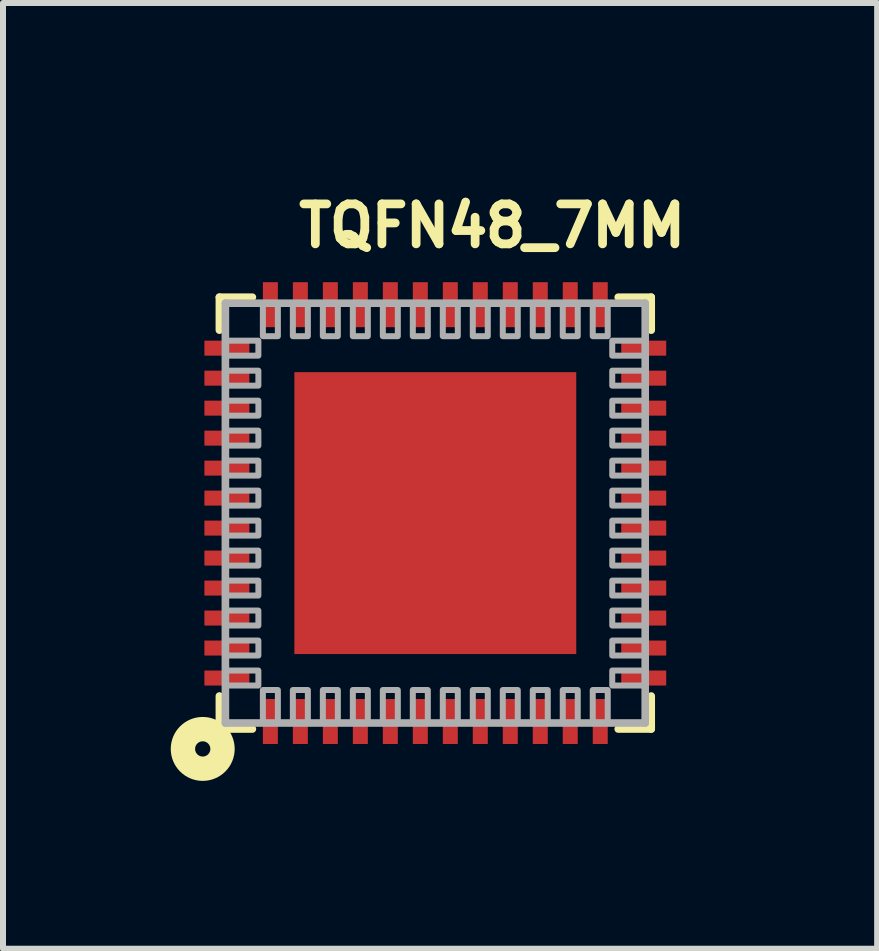
<source format=kicad_pcb>
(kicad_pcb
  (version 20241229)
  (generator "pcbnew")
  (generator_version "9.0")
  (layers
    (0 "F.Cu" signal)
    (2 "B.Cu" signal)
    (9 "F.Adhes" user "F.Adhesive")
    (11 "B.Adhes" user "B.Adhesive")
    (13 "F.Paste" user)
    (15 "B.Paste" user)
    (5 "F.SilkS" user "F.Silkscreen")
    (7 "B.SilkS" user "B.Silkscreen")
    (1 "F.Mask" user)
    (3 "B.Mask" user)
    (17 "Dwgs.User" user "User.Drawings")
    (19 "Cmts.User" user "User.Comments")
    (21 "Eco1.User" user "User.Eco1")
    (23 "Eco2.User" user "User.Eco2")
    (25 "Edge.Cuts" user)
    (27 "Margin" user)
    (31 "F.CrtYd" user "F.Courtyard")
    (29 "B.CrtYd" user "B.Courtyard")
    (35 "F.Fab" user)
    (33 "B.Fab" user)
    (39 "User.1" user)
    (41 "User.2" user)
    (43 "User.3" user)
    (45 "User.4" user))
  (footprint "TQFN48_7MM"
    (layer "F.Cu")
    (at 4.208 5.505)
    (property "Reference" "TQFN48_7MM" (at -2.35 -4.4 0) (layer "F.SilkS") (effects (font (size 0.666 0.666) (thickness 0.146)) (justify left bottom)))
    (fp_line (start -3.6 -3.6) (end -3.6 -3.05) (stroke (width 0.127) (type solid)) (layer "F.SilkS"))
    (fp_line (start -3.6 3.05) (end -3.6 3.6) (stroke (width 0.127) (type solid)) (layer "F.SilkS"))
    (fp_line (start -3.6 3.6) (end -3.05 3.6) (stroke (width 0.127) (type solid)) (layer "F.SilkS"))
    (fp_line (start -3.05 -3.6) (end -3.6 -3.6) (stroke (width 0.127) (type solid)) (layer "F.SilkS"))
    (fp_line (start 3.05 -3.6) (end 3.6 -3.6) (stroke (width 0.127) (type solid)) (layer "F.SilkS"))
    (fp_line (start 3.6 -3.6) (end 3.6 -3.05) (stroke (width 0.127) (type solid)) (layer "F.SilkS"))
    (fp_line (start 3.6 3.05) (end 3.6 3.6) (stroke (width 0.127) (type solid)) (layer "F.SilkS"))
    (fp_line (start 3.6 3.6) (end 3.05 3.6) (stroke (width 0.127) (type solid)) (layer "F.SilkS"))
    (fp_circle (center -3.878 3.932) (end -3.751 3.932) (stroke (width 0.406) (type solid)) (fill no) (layer "F.SilkS"))
    (fp_poly (pts (xy -2 -0.5) (xy -1 -0.5) (xy -1 -2) (xy -2 -2)) (stroke (width 0) (type solid)) (fill yes) (layer "F.Paste"))
    (fp_poly (pts (xy -2 2) (xy -1 2) (xy -1 0.5) (xy -2 0.5)) (stroke (width 0) (type solid)) (fill yes) (layer "F.Paste"))
    (fp_poly (pts (xy -0.5 -0.5) (xy 0.5 -0.5) (xy 0.5 -2) (xy -0.5 -2)) (stroke (width 0) (type solid)) (fill yes) (layer "F.Paste"))
    (fp_poly (pts (xy -0.5 2) (xy 0.5 2) (xy 0.5 0.5) (xy -0.5 0.5)) (stroke (width 0) (type solid)) (fill yes) (layer "F.Paste"))
    (fp_poly (pts (xy 1 -0.5) (xy 2 -0.5) (xy 2 -2) (xy 1 -2)) (stroke (width 0) (type solid)) (fill yes) (layer "F.Paste"))
    (fp_poly (pts (xy 1 2) (xy 2 2) (xy 2 0.5) (xy 1 0.5)) (stroke (width 0) (type solid)) (fill yes) (layer "F.Paste"))
    (fp_line (start -3.5 -3.5) (end 3.5 -3.5) (stroke (width 0.127) (type solid)) (layer "F.Fab"))
    (fp_line (start -3.5 3.5) (end -3.5 -3.5) (stroke (width 0.127) (type solid)) (layer "F.Fab"))
    (fp_line (start 3.5 -3.5) (end 3.5 3.5) (stroke (width 0.127) (type solid)) (layer "F.Fab"))
    (fp_line (start 3.5 3.5) (end -3.5 3.5) (stroke (width 0.127) (type solid)) (layer "F.Fab"))
    (fp_poly (pts (xy -3.5 -2.625) (xy -2.95 -2.625) (xy -2.95 -2.875) (xy -3.5 -2.875)) (stroke (width 0.1) (type solid)) (fill no) (layer "F.Fab"))
    (fp_poly (pts (xy -3.5 -2.125) (xy -2.95 -2.125) (xy -2.95 -2.375) (xy -3.5 -2.375)) (stroke (width 0.1) (type solid)) (fill no) (layer "F.Fab"))
    (fp_poly (pts (xy -3.5 -1.625) (xy -2.95 -1.625) (xy -2.95 -1.875) (xy -3.5 -1.875)) (stroke (width 0.1) (type solid)) (fill no) (layer "F.Fab"))
    (fp_poly (pts (xy -3.5 -1.125) (xy -2.95 -1.125) (xy -2.95 -1.375) (xy -3.5 -1.375)) (stroke (width 0.1) (type solid)) (fill no) (layer "F.Fab"))
    (fp_poly (pts (xy -3.5 -0.625) (xy -2.95 -0.625) (xy -2.95 -0.875) (xy -3.5 -0.875)) (stroke (width 0.1) (type solid)) (fill no) (layer "F.Fab"))
    (fp_poly (pts (xy -3.5 -0.125) (xy -2.95 -0.125) (xy -2.95 -0.375) (xy -3.5 -0.375)) (stroke (width 0.1) (type solid)) (fill no) (layer "F.Fab"))
    (fp_poly (pts (xy -3.5 0.375) (xy -2.95 0.375) (xy -2.95 0.125) (xy -3.5 0.125)) (stroke (width 0.1) (type solid)) (fill no) (layer "F.Fab"))
    (fp_poly (pts (xy -3.5 0.875) (xy -2.95 0.875) (xy -2.95 0.625) (xy -3.5 0.625)) (stroke (width 0.1) (type solid)) (fill no) (layer "F.Fab"))
    (fp_poly (pts (xy -3.5 1.375) (xy -2.95 1.375) (xy -2.95 1.125) (xy -3.5 1.125)) (stroke (width 0.1) (type solid)) (fill no) (layer "F.Fab"))
    (fp_poly (pts (xy -3.5 1.875) (xy -2.95 1.875) (xy -2.95 1.625) (xy -3.5 1.625)) (stroke (width 0.1) (type solid)) (fill no) (layer "F.Fab"))
    (fp_poly (pts (xy -3.5 2.375) (xy -2.95 2.375) (xy -2.95 2.125) (xy -3.5 2.125)) (stroke (width 0.1) (type solid)) (fill no) (layer "F.Fab"))
    (fp_poly (pts (xy -3.5 2.875) (xy -2.95 2.875) (xy -2.95 2.625) (xy -3.5 2.625)) (stroke (width 0.1) (type solid)) (fill no) (layer "F.Fab"))
    (fp_poly (pts (xy -2.875 -3.5) (xy -2.875 -2.95) (xy -2.625 -2.95) (xy -2.625 -3.5)) (stroke (width 0.1) (type solid)) (fill no) (layer "F.Fab"))
    (fp_poly (pts (xy -2.625 3.5) (xy -2.625 2.95) (xy -2.875 2.95) (xy -2.875 3.5)) (stroke (width 0.1) (type solid)) (fill no) (layer "F.Fab"))
    (fp_poly (pts (xy -2.375 -3.5) (xy -2.375 -2.95) (xy -2.125 -2.95) (xy -2.125 -3.5)) (stroke (width 0.1) (type solid)) (fill no) (layer "F.Fab"))
    (fp_poly (pts (xy -2.125 3.5) (xy -2.125 2.95) (xy -2.375 2.95) (xy -2.375 3.5)) (stroke (width 0.1) (type solid)) (fill no) (layer "F.Fab"))
    (fp_poly (pts (xy -1.875 -3.5) (xy -1.875 -2.95) (xy -1.625 -2.95) (xy -1.625 -3.5)) (stroke (width 0.1) (type solid)) (fill no) (layer "F.Fab"))
    (fp_poly (pts (xy -1.625 3.5) (xy -1.625 2.95) (xy -1.875 2.95) (xy -1.875 3.5)) (stroke (width 0.1) (type solid)) (fill no) (layer "F.Fab"))
    (fp_poly (pts (xy -1.375 -3.5) (xy -1.375 -2.95) (xy -1.125 -2.95) (xy -1.125 -3.5)) (stroke (width 0.1) (type solid)) (fill no) (layer "F.Fab"))
    (fp_poly (pts (xy -1.125 3.5) (xy -1.125 2.95) (xy -1.375 2.95) (xy -1.375 3.5)) (stroke (width 0.1) (type solid)) (fill no) (layer "F.Fab"))
    (fp_poly (pts (xy -0.875 -3.5) (xy -0.875 -2.95) (xy -0.625 -2.95) (xy -0.625 -3.5)) (stroke (width 0.1) (type solid)) (fill no) (layer "F.Fab"))
    (fp_poly (pts (xy -0.625 3.5) (xy -0.625 2.95) (xy -0.875 2.95) (xy -0.875 3.5)) (stroke (width 0.1) (type solid)) (fill no) (layer "F.Fab"))
    (fp_poly (pts (xy -0.375 -3.5) (xy -0.375 -2.95) (xy -0.125 -2.95) (xy -0.125 -3.5)) (stroke (width 0.1) (type solid)) (fill no) (layer "F.Fab"))
    (fp_poly (pts (xy -0.125 3.5) (xy -0.125 2.95) (xy -0.375 2.95) (xy -0.375 3.5)) (stroke (width 0.1) (type solid)) (fill no) (layer "F.Fab"))
    (fp_poly (pts (xy 0.125 -3.5) (xy 0.125 -2.95) (xy 0.375 -2.95) (xy 0.375 -3.5)) (stroke (width 0.1) (type solid)) (fill no) (layer "F.Fab"))
    (fp_poly (pts (xy 0.375 3.5) (xy 0.375 2.95) (xy 0.125 2.95) (xy 0.125 3.5)) (stroke (width 0.1) (type solid)) (fill no) (layer "F.Fab"))
    (fp_poly (pts (xy 0.625 -3.5) (xy 0.625 -2.95) (xy 0.875 -2.95) (xy 0.875 -3.5)) (stroke (width 0.1) (type solid)) (fill no) (layer "F.Fab"))
    (fp_poly (pts (xy 0.875 3.5) (xy 0.875 2.95) (xy 0.625 2.95) (xy 0.625 3.5)) (stroke (width 0.1) (type solid)) (fill no) (layer "F.Fab"))
    (fp_poly (pts (xy 1.125 -3.5) (xy 1.125 -2.95) (xy 1.375 -2.95) (xy 1.375 -3.5)) (stroke (width 0.1) (type solid)) (fill no) (layer "F.Fab"))
    (fp_poly (pts (xy 1.375 3.5) (xy 1.375 2.95) (xy 1.125 2.95) (xy 1.125 3.5)) (stroke (width 0.1) (type solid)) (fill no) (layer "F.Fab"))
    (fp_poly (pts (xy 1.625 -3.5) (xy 1.625 -2.95) (xy 1.875 -2.95) (xy 1.875 -3.5)) (stroke (width 0.1) (type solid)) (fill no) (layer "F.Fab"))
    (fp_poly (pts (xy 1.875 3.5) (xy 1.875 2.95) (xy 1.625 2.95) (xy 1.625 3.5)) (stroke (width 0.1) (type solid)) (fill no) (layer "F.Fab"))
    (fp_poly (pts (xy 2.125 -3.5) (xy 2.125 -2.95) (xy 2.375 -2.95) (xy 2.375 -3.5)) (stroke (width 0.1) (type solid)) (fill no) (layer "F.Fab"))
    (fp_poly (pts (xy 2.375 3.5) (xy 2.375 2.95) (xy 2.125 2.95) (xy 2.125 3.5)) (stroke (width 0.1) (type solid)) (fill no) (layer "F.Fab"))
    (fp_poly (pts (xy 2.625 -3.5) (xy 2.625 -2.95) (xy 2.875 -2.95) (xy 2.875 -3.5)) (stroke (width 0.1) (type solid)) (fill no) (layer "F.Fab"))
    (fp_poly (pts (xy 2.875 3.5) (xy 2.875 2.95) (xy 2.625 2.95) (xy 2.625 3.5)) (stroke (width 0.1) (type solid)) (fill no) (layer "F.Fab"))
    (fp_poly (pts (xy 3.5 -2.875) (xy 2.95 -2.875) (xy 2.95 -2.625) (xy 3.5 -2.625)) (stroke (width 0.1) (type solid)) (fill no) (layer "F.Fab"))
    (fp_poly (pts (xy 3.5 -2.375) (xy 2.95 -2.375) (xy 2.95 -2.125) (xy 3.5 -2.125)) (stroke (width 0.1) (type solid)) (fill no) (layer "F.Fab"))
    (fp_poly (pts (xy 3.5 -1.875) (xy 2.95 -1.875) (xy 2.95 -1.625) (xy 3.5 -1.625)) (stroke (width 0.1) (type solid)) (fill no) (layer "F.Fab"))
    (fp_poly (pts (xy 3.5 -1.375) (xy 2.95 -1.375) (xy 2.95 -1.125) (xy 3.5 -1.125)) (stroke (width 0.1) (type solid)) (fill no) (layer "F.Fab"))
    (fp_poly (pts (xy 3.5 -0.875) (xy 2.95 -0.875) (xy 2.95 -0.625) (xy 3.5 -0.625)) (stroke (width 0.1) (type solid)) (fill no) (layer "F.Fab"))
    (fp_poly (pts (xy 3.5 -0.375) (xy 2.95 -0.375) (xy 2.95 -0.125) (xy 3.5 -0.125)) (stroke (width 0.1) (type solid)) (fill no) (layer "F.Fab"))
    (fp_poly (pts (xy 3.5 0.125) (xy 2.95 0.125) (xy 2.95 0.375) (xy 3.5 0.375)) (stroke (width 0.1) (type solid)) (fill no) (layer "F.Fab"))
    (fp_poly (pts (xy 3.5 0.625) (xy 2.95 0.625) (xy 2.95 0.875) (xy 3.5 0.875)) (stroke (width 0.1) (type solid)) (fill no) (layer "F.Fab"))
    (fp_poly (pts (xy 3.5 1.125) (xy 2.95 1.125) (xy 2.95 1.375) (xy 3.5 1.375)) (stroke (width 0.1) (type solid)) (fill no) (layer "F.Fab"))
    (fp_poly (pts (xy 3.5 1.625) (xy 2.95 1.625) (xy 2.95 1.875) (xy 3.5 1.875)) (stroke (width 0.1) (type solid)) (fill no) (layer "F.Fab"))
    (fp_poly (pts (xy 3.5 2.125) (xy 2.95 2.125) (xy 2.95 2.375) (xy 3.5 2.375)) (stroke (width 0.1) (type solid)) (fill no) (layer "F.Fab"))
    (fp_poly (pts (xy 3.5 2.625) (xy 2.95 2.625) (xy 2.95 2.875) (xy 3.5 2.875)) (stroke (width 0.1) (type solid)) (fill no) (layer "F.Fab"))
    (pad "1" smd rect (at -2.75 3.475 90) (size 0.75 0.25) (layers "F.Cu" "F.Mask" "F.Paste"))
    (pad "2" smd rect (at -2.25 3.475 90) (size 0.75 0.25) (layers "F.Cu" "F.Mask" "F.Paste"))
    (pad "3" smd rect (at -1.75 3.475 90) (size 0.75 0.25) (layers "F.Cu" "F.Mask" "F.Paste"))
    (pad "4" smd rect (at -1.25 3.475 90) (size 0.75 0.25) (layers "F.Cu" "F.Mask" "F.Paste"))
    (pad "5" smd rect (at -0.75 3.475 90) (size 0.75 0.25) (layers "F.Cu" "F.Mask" "F.Paste"))
    (pad "6" smd rect (at -0.25 3.475 90) (size 0.75 0.25) (layers "F.Cu" "F.Mask" "F.Paste"))
    (pad "7" smd rect (at 0.25 3.475 90) (size 0.75 0.25) (layers "F.Cu" "F.Mask" "F.Paste"))
    (pad "8" smd rect (at 0.75 3.475 90) (size 0.75 0.25) (layers "F.Cu" "F.Mask" "F.Paste"))
    (pad "9" smd rect (at 1.25 3.475 90) (size 0.75 0.25) (layers "F.Cu" "F.Mask" "F.Paste"))
    (pad "10" smd rect (at 1.75 3.475 90) (size 0.75 0.25) (layers "F.Cu" "F.Mask" "F.Paste"))
    (pad "11" smd rect (at 2.25 3.475 90) (size 0.75 0.25) (layers "F.Cu" "F.Mask" "F.Paste"))
    (pad "12" smd rect (at 2.75 3.475 90) (size 0.75 0.25) (layers "F.Cu" "F.Mask" "F.Paste"))
    (pad "13" smd rect (at 3.475 2.75 180) (size 0.75 0.25) (layers "F.Cu" "F.Mask" "F.Paste"))
    (pad "14" smd rect (at 3.475 2.25 180) (size 0.75 0.25) (layers "F.Cu" "F.Mask" "F.Paste"))
    (pad "15" smd rect (at 3.475 1.75 180) (size 0.75 0.25) (layers "F.Cu" "F.Mask" "F.Paste"))
    (pad "16" smd rect (at 3.475 1.25 180) (size 0.75 0.25) (layers "F.Cu" "F.Mask" "F.Paste"))
    (pad "17" smd rect (at 3.475 0.75 180) (size 0.75 0.25) (layers "F.Cu" "F.Mask" "F.Paste"))
    (pad "18" smd rect (at 3.475 0.25 180) (size 0.75 0.25) (layers "F.Cu" "F.Mask" "F.Paste"))
    (pad "19" smd rect (at 3.475 -0.25 180) (size 0.75 0.25) (layers "F.Cu" "F.Mask" "F.Paste"))
    (pad "20" smd rect (at 3.475 -0.75 180) (size 0.75 0.25) (layers "F.Cu" "F.Mask" "F.Paste"))
    (pad "21" smd rect (at 3.475 -1.25 180) (size 0.75 0.25) (layers "F.Cu" "F.Mask" "F.Paste"))
    (pad "22" smd rect (at 3.475 -1.75 180) (size 0.75 0.25) (layers "F.Cu" "F.Mask" "F.Paste"))
    (pad "23" smd rect (at 3.475 -2.25 180) (size 0.75 0.25) (layers "F.Cu" "F.Mask" "F.Paste"))
    (pad "24" smd rect (at 3.475 -2.75 180) (size 0.75 0.25) (layers "F.Cu" "F.Mask" "F.Paste"))
    (pad "25" smd rect (at 2.75 -3.475 270) (size 0.75 0.25) (layers "F.Cu" "F.Mask" "F.Paste"))
    (pad "26" smd rect (at 2.25 -3.475 270) (size 0.75 0.25) (layers "F.Cu" "F.Mask" "F.Paste"))
    (pad "27" smd rect (at 1.75 -3.475 270) (size 0.75 0.25) (layers "F.Cu" "F.Mask" "F.Paste"))
    (pad "28" smd rect (at 1.25 -3.475 270) (size 0.75 0.25) (layers "F.Cu" "F.Mask" "F.Paste"))
    (pad "29" smd rect (at 0.75 -3.475 270) (size 0.75 0.25) (layers "F.Cu" "F.Mask" "F.Paste"))
    (pad "30" smd rect (at 0.25 -3.475 270) (size 0.75 0.25) (layers "F.Cu" "F.Mask" "F.Paste"))
    (pad "31" smd rect (at -0.25 -3.475 270) (size 0.75 0.25) (layers "F.Cu" "F.Mask" "F.Paste"))
    (pad "32" smd rect (at -0.75 -3.475 270) (size 0.75 0.25) (layers "F.Cu" "F.Mask" "F.Paste"))
    (pad "33" smd rect (at -1.25 -3.475 270) (size 0.75 0.25) (layers "F.Cu" "F.Mask" "F.Paste"))
    (pad "34" smd rect (at -1.75 -3.475 270) (size 0.75 0.25) (layers "F.Cu" "F.Mask" "F.Paste"))
    (pad "35" smd rect (at -2.25 -3.475 270) (size 0.75 0.25) (layers "F.Cu" "F.Mask" "F.Paste"))
    (pad "36" smd rect (at -2.75 -3.475 270) (size 0.75 0.25) (layers "F.Cu" "F.Mask" "F.Paste"))
    (pad "37" smd rect (at -3.475 -2.75) (size 0.75 0.25) (layers "F.Cu" "F.Mask" "F.Paste"))
    (pad "38" smd rect (at -3.475 -2.25) (size 0.75 0.25) (layers "F.Cu" "F.Mask" "F.Paste"))
    (pad "39" smd rect (at -3.475 -1.75) (size 0.75 0.25) (layers "F.Cu" "F.Mask" "F.Paste"))
    (pad "40" smd rect (at -3.475 -1.25) (size 0.75 0.25) (layers "F.Cu" "F.Mask" "F.Paste"))
    (pad "41" smd rect (at -3.475 -0.75) (size 0.75 0.25) (layers "F.Cu" "F.Mask" "F.Paste"))
    (pad "42" smd rect (at -3.475 -0.25) (size 0.75 0.25) (layers "F.Cu" "F.Mask" "F.Paste"))
    (pad "43" smd rect (at -3.475 0.25) (size 0.75 0.25) (layers "F.Cu" "F.Mask" "F.Paste"))
    (pad "44" smd rect (at -3.475 0.75) (size 0.75 0.25) (layers "F.Cu" "F.Mask" "F.Paste"))
    (pad "45" smd rect (at -3.475 1.25) (size 0.75 0.25) (layers "F.Cu" "F.Mask" "F.Paste"))
    (pad "46" smd rect (at -3.475 1.75) (size 0.75 0.25) (layers "F.Cu" "F.Mask" "F.Paste"))
    (pad "47" smd rect (at -3.475 2.25) (size 0.75 0.25) (layers "F.Cu" "F.Mask" "F.Paste"))
    (pad "48" smd rect (at -3.475 2.75) (size 0.75 0.25) (layers "F.Cu" "F.Mask" "F.Paste"))
    (pad "THERMAL" smd rect (at 0 0) (size 4.7 4.7) (layers "F.Cu" "F.Mask")))
  (gr_rect
    (start -3 -3)
    (end 11.575 12.768)
    (stroke (width 0.1) (type default))
    (fill no)
    (layer "Edge.Cuts")))
</source>
